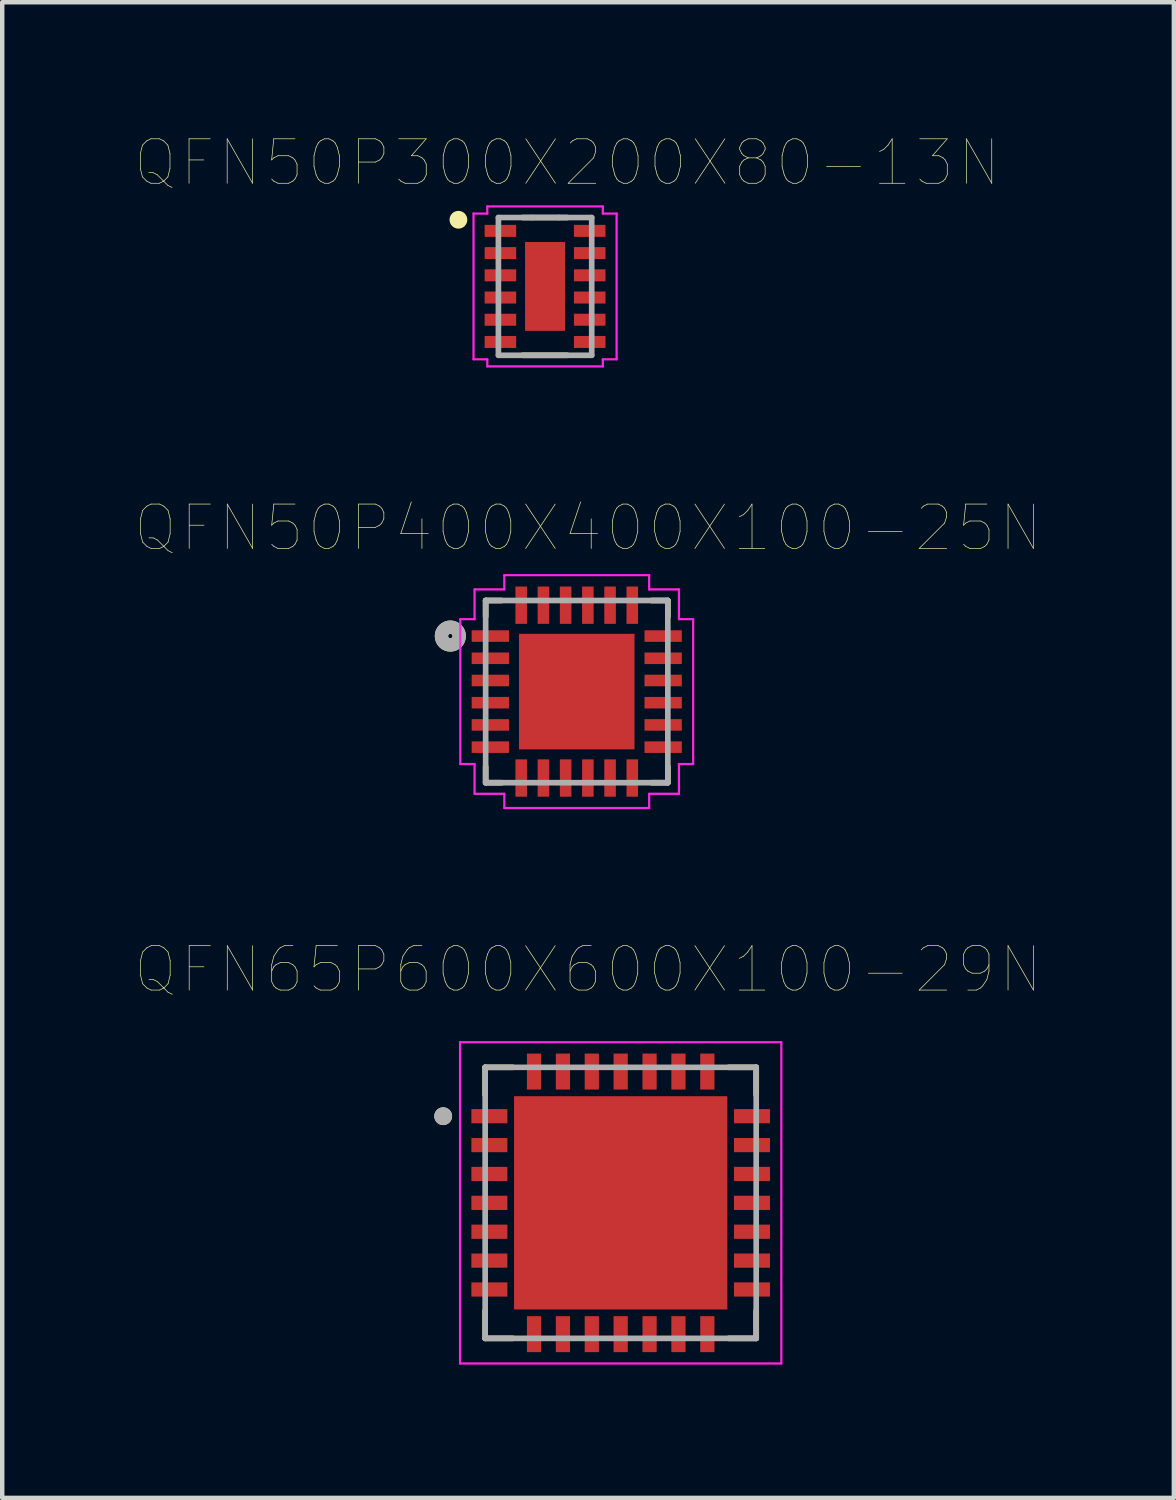
<source format=kicad_pcb>
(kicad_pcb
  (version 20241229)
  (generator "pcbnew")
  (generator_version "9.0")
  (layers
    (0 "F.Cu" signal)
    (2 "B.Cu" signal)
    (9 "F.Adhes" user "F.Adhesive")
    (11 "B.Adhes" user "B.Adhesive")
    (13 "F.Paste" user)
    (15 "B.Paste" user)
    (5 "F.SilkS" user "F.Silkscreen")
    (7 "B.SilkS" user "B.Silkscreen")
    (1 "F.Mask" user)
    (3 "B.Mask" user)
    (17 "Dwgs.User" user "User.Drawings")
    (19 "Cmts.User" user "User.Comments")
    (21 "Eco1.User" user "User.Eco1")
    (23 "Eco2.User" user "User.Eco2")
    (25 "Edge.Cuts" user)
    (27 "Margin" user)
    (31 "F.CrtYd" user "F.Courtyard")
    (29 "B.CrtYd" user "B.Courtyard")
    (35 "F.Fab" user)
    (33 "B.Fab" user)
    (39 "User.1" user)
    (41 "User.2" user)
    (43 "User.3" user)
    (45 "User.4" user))
  (footprint "QFN50P400X400X100-25N"
    (layer "F.Cu")
    (at 9.93 12.515)
    (property "Reference" "QFN50P400X400X100-25N" (at 0.254 -3.683 0) (layer "F.SilkS") (effects (font (size 1 1) (thickness 0.015))))
    (attr through_hole)
    (fp_line (start -2.05 -2.05) (end -2.05 -1.69) (stroke (width 0.127) (type solid)) (layer "F.SilkS"))
    (fp_line (start -2.05 2.05) (end -2.05 1.69) (stroke (width 0.127) (type solid)) (layer "F.SilkS"))
    (fp_line (start -1.69 -2.05) (end -2.05 -2.05) (stroke (width 0.127) (type solid)) (layer "F.SilkS"))
    (fp_line (start -1.69 2.05) (end -2.05 2.05) (stroke (width 0.127) (type solid)) (layer "F.SilkS"))
    (fp_line (start 1.69 2.05) (end 2.05 2.05) (stroke (width 0.127) (type solid)) (layer "F.SilkS"))
    (fp_line (start 2.05 -2.05) (end 1.69 -2.05) (stroke (width 0.127) (type solid)) (layer "F.SilkS"))
    (fp_line (start 2.05 -1.69) (end 2.05 -2.05) (stroke (width 0.127) (type solid)) (layer "F.SilkS"))
    (fp_line (start 2.05 2.05) (end 2.05 1.69) (stroke (width 0.127) (type solid)) (layer "F.SilkS"))
    (fp_circle (center -2.845 -1.25) (end -2.795 -1.25) (stroke (width 0.3) (type solid)) (fill no) (layer "F.SilkS"))
    (fp_poly (pts (xy -1.045 -1.045) (xy -0.125 -1.045) (xy -0.125 -0.125) (xy -1.045 -0.125)) (stroke (width 0.01) (type solid)) (fill yes) (layer "F.Paste"))
    (fp_poly (pts (xy -1.045 0.125) (xy -0.125 0.125) (xy -0.125 1.045) (xy -1.045 1.045)) (stroke (width 0.01) (type solid)) (fill yes) (layer "F.Paste"))
    (fp_poly (pts (xy 0.125 -1.045) (xy 1.045 -1.045) (xy 1.045 -0.125) (xy 0.125 -0.125)) (stroke (width 0.01) (type solid)) (fill yes) (layer "F.Paste"))
    (fp_poly (pts (xy 0.125 0.125) (xy 1.045 0.125) (xy 1.045 1.045) (xy 0.125 1.045)) (stroke (width 0.01) (type solid)) (fill yes) (layer "F.Paste"))
    (fp_line (start -2.62 -1.63) (end -2.62 1.63) (stroke (width 0.05) (type solid)) (layer "F.CrtYd"))
    (fp_line (start -2.62 1.63) (end -2.3 1.63) (stroke (width 0.05) (type solid)) (layer "F.CrtYd"))
    (fp_line (start -2.3 -2.3) (end -2.3 -1.63) (stroke (width 0.05) (type solid)) (layer "F.CrtYd"))
    (fp_line (start -2.3 -1.63) (end -2.62 -1.63) (stroke (width 0.05) (type solid)) (layer "F.CrtYd"))
    (fp_line (start -2.3 1.63) (end -2.3 2.3) (stroke (width 0.05) (type solid)) (layer "F.CrtYd"))
    (fp_line (start -2.3 2.3) (end -1.63 2.3) (stroke (width 0.05) (type solid)) (layer "F.CrtYd"))
    (fp_line (start -1.63 -2.62) (end -1.63 -2.3) (stroke (width 0.05) (type solid)) (layer "F.CrtYd"))
    (fp_line (start -1.63 -2.3) (end -2.3 -2.3) (stroke (width 0.05) (type solid)) (layer "F.CrtYd"))
    (fp_line (start -1.63 2.3) (end -1.63 2.62) (stroke (width 0.05) (type solid)) (layer "F.CrtYd"))
    (fp_line (start -1.63 2.62) (end 1.63 2.62) (stroke (width 0.05) (type solid)) (layer "F.CrtYd"))
    (fp_line (start 1.63 -2.62) (end -1.63 -2.62) (stroke (width 0.05) (type solid)) (layer "F.CrtYd"))
    (fp_line (start 1.63 -2.3) (end 1.63 -2.62) (stroke (width 0.05) (type solid)) (layer "F.CrtYd"))
    (fp_line (start 1.63 2.3) (end 2.3 2.3) (stroke (width 0.05) (type solid)) (layer "F.CrtYd"))
    (fp_line (start 1.63 2.62) (end 1.63 2.3) (stroke (width 0.05) (type solid)) (layer "F.CrtYd"))
    (fp_line (start 2.3 -2.3) (end 1.63 -2.3) (stroke (width 0.05) (type solid)) (layer "F.CrtYd"))
    (fp_line (start 2.3 -1.63) (end 2.3 -2.3) (stroke (width 0.05) (type solid)) (layer "F.CrtYd"))
    (fp_line (start 2.3 1.63) (end 2.62 1.63) (stroke (width 0.05) (type solid)) (layer "F.CrtYd"))
    (fp_line (start 2.3 2.3) (end 2.3 1.63) (stroke (width 0.05) (type solid)) (layer "F.CrtYd"))
    (fp_line (start 2.62 -1.63) (end 2.3 -1.63) (stroke (width 0.05) (type solid)) (layer "F.CrtYd"))
    (fp_line (start 2.62 1.63) (end 2.62 -1.63) (stroke (width 0.05) (type solid)) (layer "F.CrtYd"))
    (fp_line (start -2.05 -2.05) (end -2.05 2.05) (stroke (width 0.127) (type solid)) (layer "F.Fab"))
    (fp_line (start -2.05 2.05) (end 2.05 2.05) (stroke (width 0.127) (type solid)) (layer "F.Fab"))
    (fp_line (start 2.05 -2.05) (end -2.05 -2.05) (stroke (width 0.127) (type solid)) (layer "F.Fab"))
    (fp_line (start 2.05 2.05) (end 2.05 -2.05) (stroke (width 0.127) (type solid)) (layer "F.Fab"))
    (fp_circle (center -2.845 -1.25) (end -2.795 -1.25) (stroke (width 0.3) (type solid)) (fill no) (layer "F.Fab"))
    (pad "1" smd rect (at -1.945 -1.25) (size 0.84 0.26) (layers "F.Cu" "F.Mask" "F.Paste"))
    (pad "2" smd rect (at -1.945 -0.75) (size 0.84 0.26) (layers "F.Cu" "F.Mask" "F.Paste"))
    (pad "3" smd rect (at -1.945 -0.25) (size 0.84 0.26) (layers "F.Cu" "F.Mask" "F.Paste"))
    (pad "4" smd rect (at -1.945 0.25) (size 0.84 0.26) (layers "F.Cu" "F.Mask" "F.Paste"))
    (pad "5" smd rect (at -1.945 0.75) (size 0.84 0.26) (layers "F.Cu" "F.Mask" "F.Paste"))
    (pad "6" smd rect (at -1.945 1.25) (size 0.84 0.26) (layers "F.Cu" "F.Mask" "F.Paste"))
    (pad "7" smd rect (at -1.25 1.945) (size 0.26 0.84) (layers "F.Cu" "F.Mask" "F.Paste"))
    (pad "8" smd rect (at -0.75 1.945) (size 0.26 0.84) (layers "F.Cu" "F.Mask" "F.Paste"))
    (pad "9" smd rect (at -0.25 1.945) (size 0.26 0.84) (layers "F.Cu" "F.Mask" "F.Paste"))
    (pad "10" smd rect (at 0.25 1.945) (size 0.26 0.84) (layers "F.Cu" "F.Mask" "F.Paste"))
    (pad "11" smd rect (at 0.75 1.945) (size 0.26 0.84) (layers "F.Cu" "F.Mask" "F.Paste"))
    (pad "12" smd rect (at 1.25 1.945) (size 0.26 0.84) (layers "F.Cu" "F.Mask" "F.Paste"))
    (pad "13" smd rect (at 1.945 1.25) (size 0.84 0.26) (layers "F.Cu" "F.Mask" "F.Paste"))
    (pad "14" smd rect (at 1.945 0.75) (size 0.84 0.26) (layers "F.Cu" "F.Mask" "F.Paste"))
    (pad "15" smd rect (at 1.945 0.25) (size 0.84 0.26) (layers "F.Cu" "F.Mask" "F.Paste"))
    (pad "16" smd rect (at 1.945 -0.25) (size 0.84 0.26) (layers "F.Cu" "F.Mask" "F.Paste"))
    (pad "17" smd rect (at 1.945 -0.75) (size 0.84 0.26) (layers "F.Cu" "F.Mask" "F.Paste"))
    (pad "18" smd rect (at 1.945 -1.25) (size 0.84 0.26) (layers "F.Cu" "F.Mask" "F.Paste"))
    (pad "19" smd rect (at 1.25 -1.945) (size 0.26 0.84) (layers "F.Cu" "F.Mask" "F.Paste"))
    (pad "20" smd rect (at 0.75 -1.945) (size 0.26 0.84) (layers "F.Cu" "F.Mask" "F.Paste"))
    (pad "21" smd rect (at 0.25 -1.945) (size 0.26 0.84) (layers "F.Cu" "F.Mask" "F.Paste"))
    (pad "22" smd rect (at -0.25 -1.945) (size 0.26 0.84) (layers "F.Cu" "F.Mask" "F.Paste"))
    (pad "23" smd rect (at -0.75 -1.945) (size 0.26 0.84) (layers "F.Cu" "F.Mask" "F.Paste"))
    (pad "24" smd rect (at -1.25 -1.945) (size 0.26 0.84) (layers "F.Cu" "F.Mask" "F.Paste"))
    (pad "25" smd rect (at 0 0) (size 2.6 2.6) (layers "F.Cu" "F.Mask")))
  (footprint "QFN50P300X200X80-13N"
    (layer "F.Cu")
    (at 9.217 3.396)
    (property "Reference" "QFN50P300X200X80-13N" (at 0.496 -2.784 0) (layer "F.SilkS") (effects (font (size 1.001 1.001) (thickness 0.015))))
    (attr through_hole)
    (fp_line (start -0.5 -1.55) (end 0.5 -1.55) (stroke (width 0.127) (type solid)) (layer "F.SilkS"))
    (fp_line (start -0.5 1.55) (end 0.5 1.55) (stroke (width 0.127) (type solid)) (layer "F.SilkS"))
    (fp_circle (center -1.95 -1.5) (end -1.85 -1.5) (stroke (width 0.2) (type solid)) (fill no) (layer "F.SilkS"))
    (fp_poly (pts (xy -0.275 0.06) (xy 0.275 0.06) (xy 0.275 0.881) (xy -0.275 0.881)) (stroke (width 0.01) (type solid)) (fill yes) (layer "F.Paste"))
    (fp_poly (pts (xy -0.275 -0.88) (xy 0.275 -0.88) (xy 0.275 -0.06) (xy -0.275 -0.06)) (stroke (width 0.01) (type solid)) (fill yes) (layer "F.Paste"))
    (fp_line (start -1.61 -1.64) (end -1.3 -1.64) (stroke (width 0.05) (type solid)) (layer "F.CrtYd"))
    (fp_line (start -1.61 1.64) (end -1.61 -1.64) (stroke (width 0.05) (type solid)) (layer "F.CrtYd"))
    (fp_line (start -1.3 -1.8) (end 1.3 -1.8) (stroke (width 0.05) (type solid)) (layer "F.CrtYd"))
    (fp_line (start -1.3 -1.64) (end -1.3 -1.8) (stroke (width 0.05) (type solid)) (layer "F.CrtYd"))
    (fp_line (start -1.3 1.64) (end -1.61 1.64) (stroke (width 0.05) (type solid)) (layer "F.CrtYd"))
    (fp_line (start -1.3 1.8) (end -1.3 1.64) (stroke (width 0.05) (type solid)) (layer "F.CrtYd"))
    (fp_line (start 1.3 -1.8) (end 1.3 -1.64) (stroke (width 0.05) (type solid)) (layer "F.CrtYd"))
    (fp_line (start 1.3 -1.64) (end 1.61 -1.64) (stroke (width 0.05) (type solid)) (layer "F.CrtYd"))
    (fp_line (start 1.3 1.64) (end 1.3 1.8) (stroke (width 0.05) (type solid)) (layer "F.CrtYd"))
    (fp_line (start 1.3 1.8) (end -1.3 1.8) (stroke (width 0.05) (type solid)) (layer "F.CrtYd"))
    (fp_line (start 1.61 -1.64) (end 1.61 1.64) (stroke (width 0.05) (type solid)) (layer "F.CrtYd"))
    (fp_line (start 1.61 1.64) (end 1.3 1.64) (stroke (width 0.05) (type solid)) (layer "F.CrtYd"))
    (fp_line (start -1.05 -1.55) (end -1.05 1.55) (stroke (width 0.127) (type solid)) (layer "F.Fab"))
    (fp_line (start -1.05 1.55) (end 1.05 1.55) (stroke (width 0.127) (type solid)) (layer "F.Fab"))
    (fp_line (start -0.292 -1.55) (end -1.05 -1.55) (stroke (width 0.127) (type solid)) (layer "F.Fab"))
    (fp_line (start 0.318 -1.55) (end -0.292 -1.55) (stroke (width 0.127) (type solid)) (layer "F.Fab"))
    (fp_line (start 1.05 -1.55) (end 0.318 -1.55) (stroke (width 0.127) (type solid)) (layer "F.Fab"))
    (fp_line (start 1.05 1.55) (end 1.05 -1.55) (stroke (width 0.127) (type solid)) (layer "F.Fab"))
    (pad "1" smd rect (at -1.005 -1.25) (size 0.71 0.27) (layers "F.Cu" "F.Mask" "F.Paste"))
    (pad "2" smd rect (at -1.005 -0.75) (size 0.71 0.27) (layers "F.Cu" "F.Mask" "F.Paste"))
    (pad "3" smd rect (at -1.005 -0.25) (size 0.71 0.27) (layers "F.Cu" "F.Mask" "F.Paste"))
    (pad "4" smd rect (at -1.005 0.25) (size 0.71 0.27) (layers "F.Cu" "F.Mask" "F.Paste"))
    (pad "5" smd rect (at -1.005 0.75) (size 0.71 0.27) (layers "F.Cu" "F.Mask" "F.Paste"))
    (pad "6" smd rect (at -1.005 1.25) (size 0.71 0.27) (layers "F.Cu" "F.Mask" "F.Paste"))
    (pad "7" smd rect (at 1.005 1.25) (size 0.71 0.27) (layers "F.Cu" "F.Mask" "F.Paste"))
    (pad "8" smd rect (at 1.005 0.75) (size 0.71 0.27) (layers "F.Cu" "F.Mask" "F.Paste"))
    (pad "9" smd rect (at 1.005 0.25) (size 0.71 0.27) (layers "F.Cu" "F.Mask" "F.Paste"))
    (pad "10" smd rect (at 1.005 -0.25) (size 0.71 0.27) (layers "F.Cu" "F.Mask" "F.Paste"))
    (pad "11" smd rect (at 1.005 -0.75) (size 0.71 0.27) (layers "F.Cu" "F.Mask" "F.Paste"))
    (pad "12" smd rect (at 1.005 -1.25) (size 0.71 0.27) (layers "F.Cu" "F.Mask" "F.Paste"))
    (pad "13" smd rect (at 0 0) (size 0.9 2) (layers "F.Cu" "F.Mask")))
  (footprint "QFN65P600X600X100-29N"
    (layer "F.Cu")
    (at 10.919 24.021)
    (property "Reference" "QFN65P600X600X100-29N" (at -0.735 -5.25 0) (layer "F.SilkS") (effects (font (size 1 1) (thickness 0.015))))
    (attr through_hole)
    (fp_line (start -3.05 -3.05) (end -3.05 -2.43) (stroke (width 0.127) (type solid)) (layer "F.SilkS"))
    (fp_line (start -3.05 -3.05) (end -2.43 -3.05) (stroke (width 0.127) (type solid)) (layer "F.SilkS"))
    (fp_line (start -3.05 3.05) (end -3.05 2.43) (stroke (width 0.127) (type solid)) (layer "F.SilkS"))
    (fp_line (start -3.05 3.05) (end -2.43 3.05) (stroke (width 0.127) (type solid)) (layer "F.SilkS"))
    (fp_line (start 3.05 -3.05) (end 2.43 -3.05) (stroke (width 0.127) (type solid)) (layer "F.SilkS"))
    (fp_line (start 3.05 -3.05) (end 3.05 -2.43) (stroke (width 0.127) (type solid)) (layer "F.SilkS"))
    (fp_line (start 3.05 3.05) (end 2.43 3.05) (stroke (width 0.127) (type solid)) (layer "F.SilkS"))
    (fp_line (start 3.05 3.05) (end 3.05 2.43) (stroke (width 0.127) (type solid)) (layer "F.SilkS"))
    (fp_circle (center -3.995 -1.95) (end -3.895 -1.95) (stroke (width 0.2) (type solid)) (fill no) (layer "F.SilkS"))
    (fp_poly (pts (xy -1.92 -1.92) (xy -0.44 -1.92) (xy -0.44 -0.44) (xy -1.92 -0.44)) (stroke (width 0.01) (type solid)) (fill yes) (layer "F.Paste"))
    (fp_poly (pts (xy -1.92 0.44) (xy -0.44 0.44) (xy -0.44 1.92) (xy -1.92 1.92)) (stroke (width 0.01) (type solid)) (fill yes) (layer "F.Paste"))
    (fp_poly (pts (xy 0.44 -1.92) (xy 1.92 -1.92) (xy 1.92 -0.44) (xy 0.44 -0.44)) (stroke (width 0.01) (type solid)) (fill yes) (layer "F.Paste"))
    (fp_poly (pts (xy 0.44 0.44) (xy 1.92 0.44) (xy 1.92 1.92) (xy 0.44 1.92)) (stroke (width 0.01) (type solid)) (fill yes) (layer "F.Paste"))
    (fp_line (start -3.615 -3.615) (end 3.615 -3.615) (stroke (width 0.05) (type solid)) (layer "F.CrtYd"))
    (fp_line (start -3.615 3.615) (end -3.615 -3.615) (stroke (width 0.05) (type solid)) (layer "F.CrtYd"))
    (fp_line (start -3.615 3.615) (end 3.615 3.615) (stroke (width 0.05) (type solid)) (layer "F.CrtYd"))
    (fp_line (start 3.615 3.615) (end 3.615 -3.615) (stroke (width 0.05) (type solid)) (layer "F.CrtYd"))
    (fp_line (start -3.05 3.05) (end -3.05 -3.05) (stroke (width 0.127) (type solid)) (layer "F.Fab"))
    (fp_line (start 3.05 -3.05) (end -3.05 -3.05) (stroke (width 0.127) (type solid)) (layer "F.Fab"))
    (fp_line (start 3.05 3.05) (end -3.05 3.05) (stroke (width 0.127) (type solid)) (layer "F.Fab"))
    (fp_line (start 3.05 3.05) (end 3.05 -3.05) (stroke (width 0.127) (type solid)) (layer "F.Fab"))
    (fp_circle (center -3.995 -1.95) (end -3.895 -1.95) (stroke (width 0.2) (type solid)) (fill no) (layer "F.Fab"))
    (pad "1" smd rect (at -2.955 -1.95) (size 0.81 0.32) (layers "F.Cu" "F.Mask" "F.Paste"))
    (pad "2" smd rect (at -2.955 -1.3) (size 0.81 0.32) (layers "F.Cu" "F.Mask" "F.Paste"))
    (pad "3" smd rect (at -2.955 -0.65) (size 0.81 0.32) (layers "F.Cu" "F.Mask" "F.Paste"))
    (pad "4" smd rect (at -2.955 0) (size 0.81 0.32) (layers "F.Cu" "F.Mask" "F.Paste"))
    (pad "5" smd rect (at -2.955 0.65) (size 0.81 0.32) (layers "F.Cu" "F.Mask" "F.Paste"))
    (pad "6" smd rect (at -2.955 1.3) (size 0.81 0.32) (layers "F.Cu" "F.Mask" "F.Paste"))
    (pad "7" smd rect (at -2.955 1.95) (size 0.81 0.32) (layers "F.Cu" "F.Mask" "F.Paste"))
    (pad "8" smd rect (at -1.95 2.955) (size 0.32 0.81) (layers "F.Cu" "F.Mask" "F.Paste"))
    (pad "9" smd rect (at -1.3 2.955) (size 0.32 0.81) (layers "F.Cu" "F.Mask" "F.Paste"))
    (pad "10" smd rect (at -0.65 2.955) (size 0.32 0.81) (layers "F.Cu" "F.Mask" "F.Paste"))
    (pad "11" smd rect (at 0 2.955) (size 0.32 0.81) (layers "F.Cu" "F.Mask" "F.Paste"))
    (pad "12" smd rect (at 0.65 2.955) (size 0.32 0.81) (layers "F.Cu" "F.Mask" "F.Paste"))
    (pad "13" smd rect (at 1.3 2.955) (size 0.32 0.81) (layers "F.Cu" "F.Mask" "F.Paste"))
    (pad "14" smd rect (at 1.95 2.955) (size 0.32 0.81) (layers "F.Cu" "F.Mask" "F.Paste"))
    (pad "15" smd rect (at 2.955 1.95) (size 0.81 0.32) (layers "F.Cu" "F.Mask" "F.Paste"))
    (pad "16" smd rect (at 2.955 1.3) (size 0.81 0.32) (layers "F.Cu" "F.Mask" "F.Paste"))
    (pad "17" smd rect (at 2.955 0.65) (size 0.81 0.32) (layers "F.Cu" "F.Mask" "F.Paste"))
    (pad "18" smd rect (at 2.955 0) (size 0.81 0.32) (layers "F.Cu" "F.Mask" "F.Paste"))
    (pad "19" smd rect (at 2.955 -0.65) (size 0.81 0.32) (layers "F.Cu" "F.Mask" "F.Paste"))
    (pad "20" smd rect (at 2.955 -1.3) (size 0.81 0.32) (layers "F.Cu" "F.Mask" "F.Paste"))
    (pad "21" smd rect (at 2.955 -1.95) (size 0.81 0.32) (layers "F.Cu" "F.Mask" "F.Paste"))
    (pad "22" smd rect (at 1.95 -2.955) (size 0.32 0.81) (layers "F.Cu" "F.Mask" "F.Paste"))
    (pad "23" smd rect (at 1.3 -2.955) (size 0.32 0.81) (layers "F.Cu" "F.Mask" "F.Paste"))
    (pad "24" smd rect (at 0.65 -2.955) (size 0.32 0.81) (layers "F.Cu" "F.Mask" "F.Paste"))
    (pad "25" smd rect (at 0 -2.955) (size 0.32 0.81) (layers "F.Cu" "F.Mask" "F.Paste"))
    (pad "26" smd rect (at -0.65 -2.955) (size 0.32 0.81) (layers "F.Cu" "F.Mask" "F.Paste"))
    (pad "27" smd rect (at -1.3 -2.955) (size 0.32 0.81) (layers "F.Cu" "F.Mask" "F.Paste"))
    (pad "28" smd rect (at -1.95 -2.955) (size 0.32 0.81) (layers "F.Cu" "F.Mask" "F.Paste"))
    (pad "29" smd rect (at 0 0) (size 4.8 4.8) (layers "F.Cu" "F.Mask")))
  (gr_rect
    (start -3 -3)
    (end 23.369 30.661)
    (stroke (width 0.1) (type default))
    (fill no)
    (layer "Edge.Cuts")))
</source>
